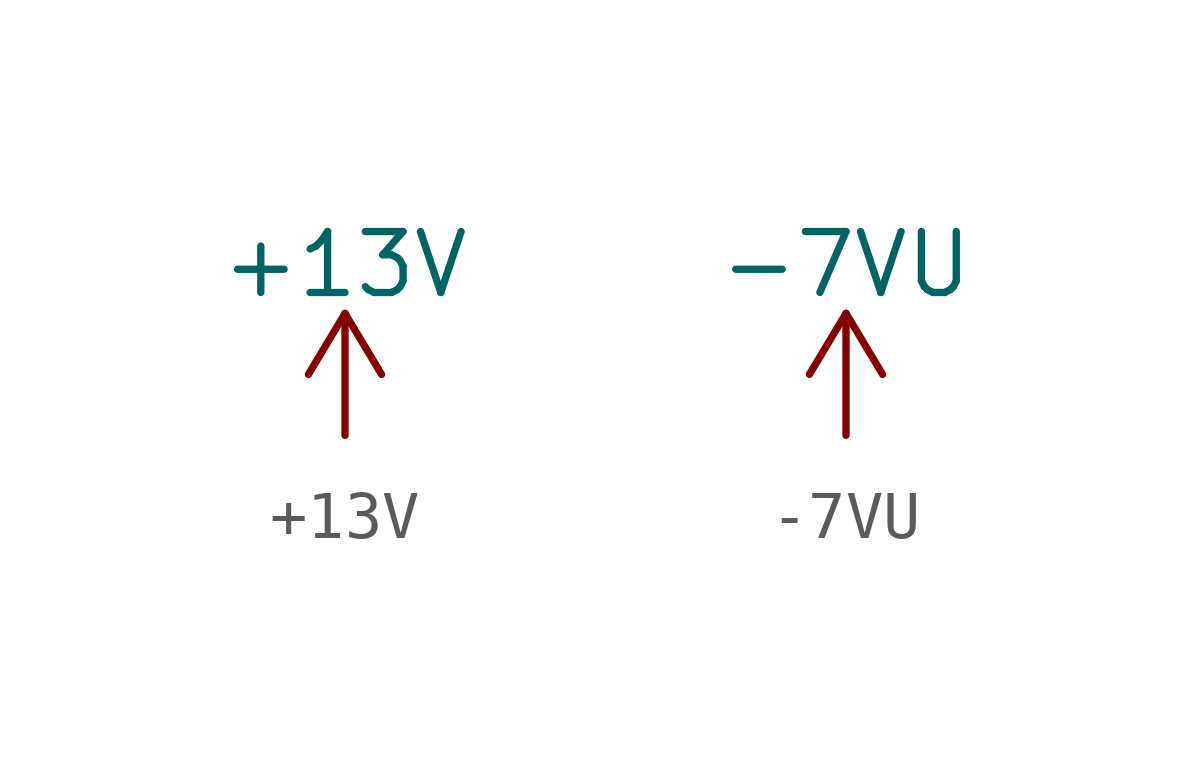
<source format=kicad_sym>
(kicad_symbol_lib
  (version 20220914)
  (generator kicad_symbol_editor)
  (symbol "+13V"
    (power)
    (pin_names
      (offset 0))
    (property "Reference" "#PWR"
      (at 0 -3.81 0)
      (effects (font (size 1.27 1.27)) hide))
    (property "Value" "+13V"
      (at 0 3.556 0)
      (effects (font (size 1.27 1.27))))
    (symbol "+13V_0_1"
      (polyline (pts (xy -0.762 1.27) (xy 0 2.54)) (stroke (width 0) (type default)) (fill (type none)))
      (polyline (pts (xy 0 0) (xy 0 2.54)) (stroke (width 0) (type default)) (fill (type none)))
      (polyline (pts (xy 0 2.54) (xy 0.762 1.27)) (stroke (width 0) (type default)) (fill (type none))))
    (symbol "+13V_1_1"
      (pin power_in line (at 0 0 90) (length 0) hide (name "+13V" (effects (font (size 1.27 1.27)))) (number "1" (effects (font (size 1.27 1.27)))))))
  (symbol "-7VU"
    (power)
    (pin_names
      (offset 0))
    (property "Reference" "#PWR"
      (at 0 -3.81 0)
      (effects (font (size 1.27 1.27)) hide))
    (property "Value" "-7VU"
      (at 0 3.556 0)
      (effects (font (size 1.27 1.27))))
    (symbol "-7VU_0_1"
      (polyline (pts (xy -0.762 1.27) (xy 0 2.54)) (stroke (width 0) (type default)) (fill (type none)))
      (polyline (pts (xy 0 0) (xy 0 2.54)) (stroke (width 0) (type default)) (fill (type none)))
      (polyline (pts (xy 0 2.54) (xy 0.762 1.27)) (stroke (width 0) (type default)) (fill (type none))))
    (symbol "-7VU_1_1"
      (pin power_in line (at 0 0 90) (length 0) hide (name "-7VU" (effects (font (size 1.27 1.27)))) (number "1" (effects (font (size 1.27 1.27))))))))
</source>
